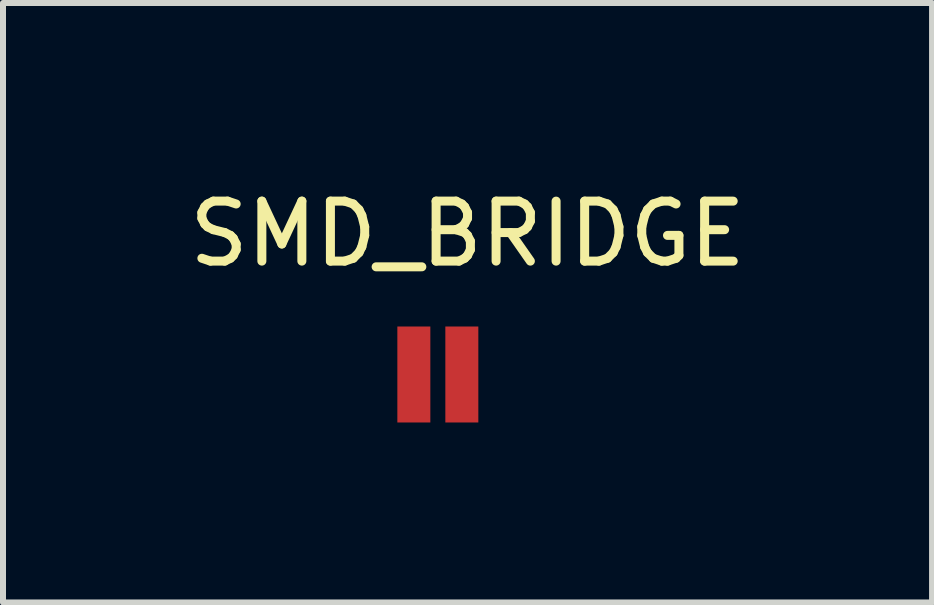
<source format=kicad_pcb>
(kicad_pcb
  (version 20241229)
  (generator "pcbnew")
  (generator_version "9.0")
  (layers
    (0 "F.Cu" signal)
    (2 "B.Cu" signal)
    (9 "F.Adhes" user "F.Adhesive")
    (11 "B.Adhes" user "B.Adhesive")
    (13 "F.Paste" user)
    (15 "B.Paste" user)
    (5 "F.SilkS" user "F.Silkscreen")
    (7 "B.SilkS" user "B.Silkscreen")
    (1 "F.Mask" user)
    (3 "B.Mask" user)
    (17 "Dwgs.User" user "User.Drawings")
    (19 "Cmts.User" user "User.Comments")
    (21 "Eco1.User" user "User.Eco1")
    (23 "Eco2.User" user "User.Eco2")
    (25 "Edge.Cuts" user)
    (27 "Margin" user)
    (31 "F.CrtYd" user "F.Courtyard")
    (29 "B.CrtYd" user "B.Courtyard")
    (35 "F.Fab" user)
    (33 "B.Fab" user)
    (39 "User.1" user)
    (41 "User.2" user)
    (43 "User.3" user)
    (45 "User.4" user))
  (footprint "SMD_BRIDGE"
    (layer "F.Cu")
    (at 3.474 3.388)
    (property "Reference" "SMD_BRIDGE" (at 1.27 -2.54 0) (layer "F.SilkS") (effects (font (size 1 1) (thickness 0.15))))
    (attr smd)
    (pad "1" smd rect (at 0.375 -0.195 90) (size 1.6 0.55) (layers "F.Cu" "F.Mask" "F.Paste"))
    (pad "2" smd rect (at 1.175 -0.195 90) (size 1.6 0.55) (layers "F.Cu" "F.Mask" "F.Paste")))
  (gr_rect
    (start -3 -3)
    (end 12.488 6.993)
    (stroke (width 0.1) (type default))
    (fill no)
    (layer "Edge.Cuts")))
</source>
